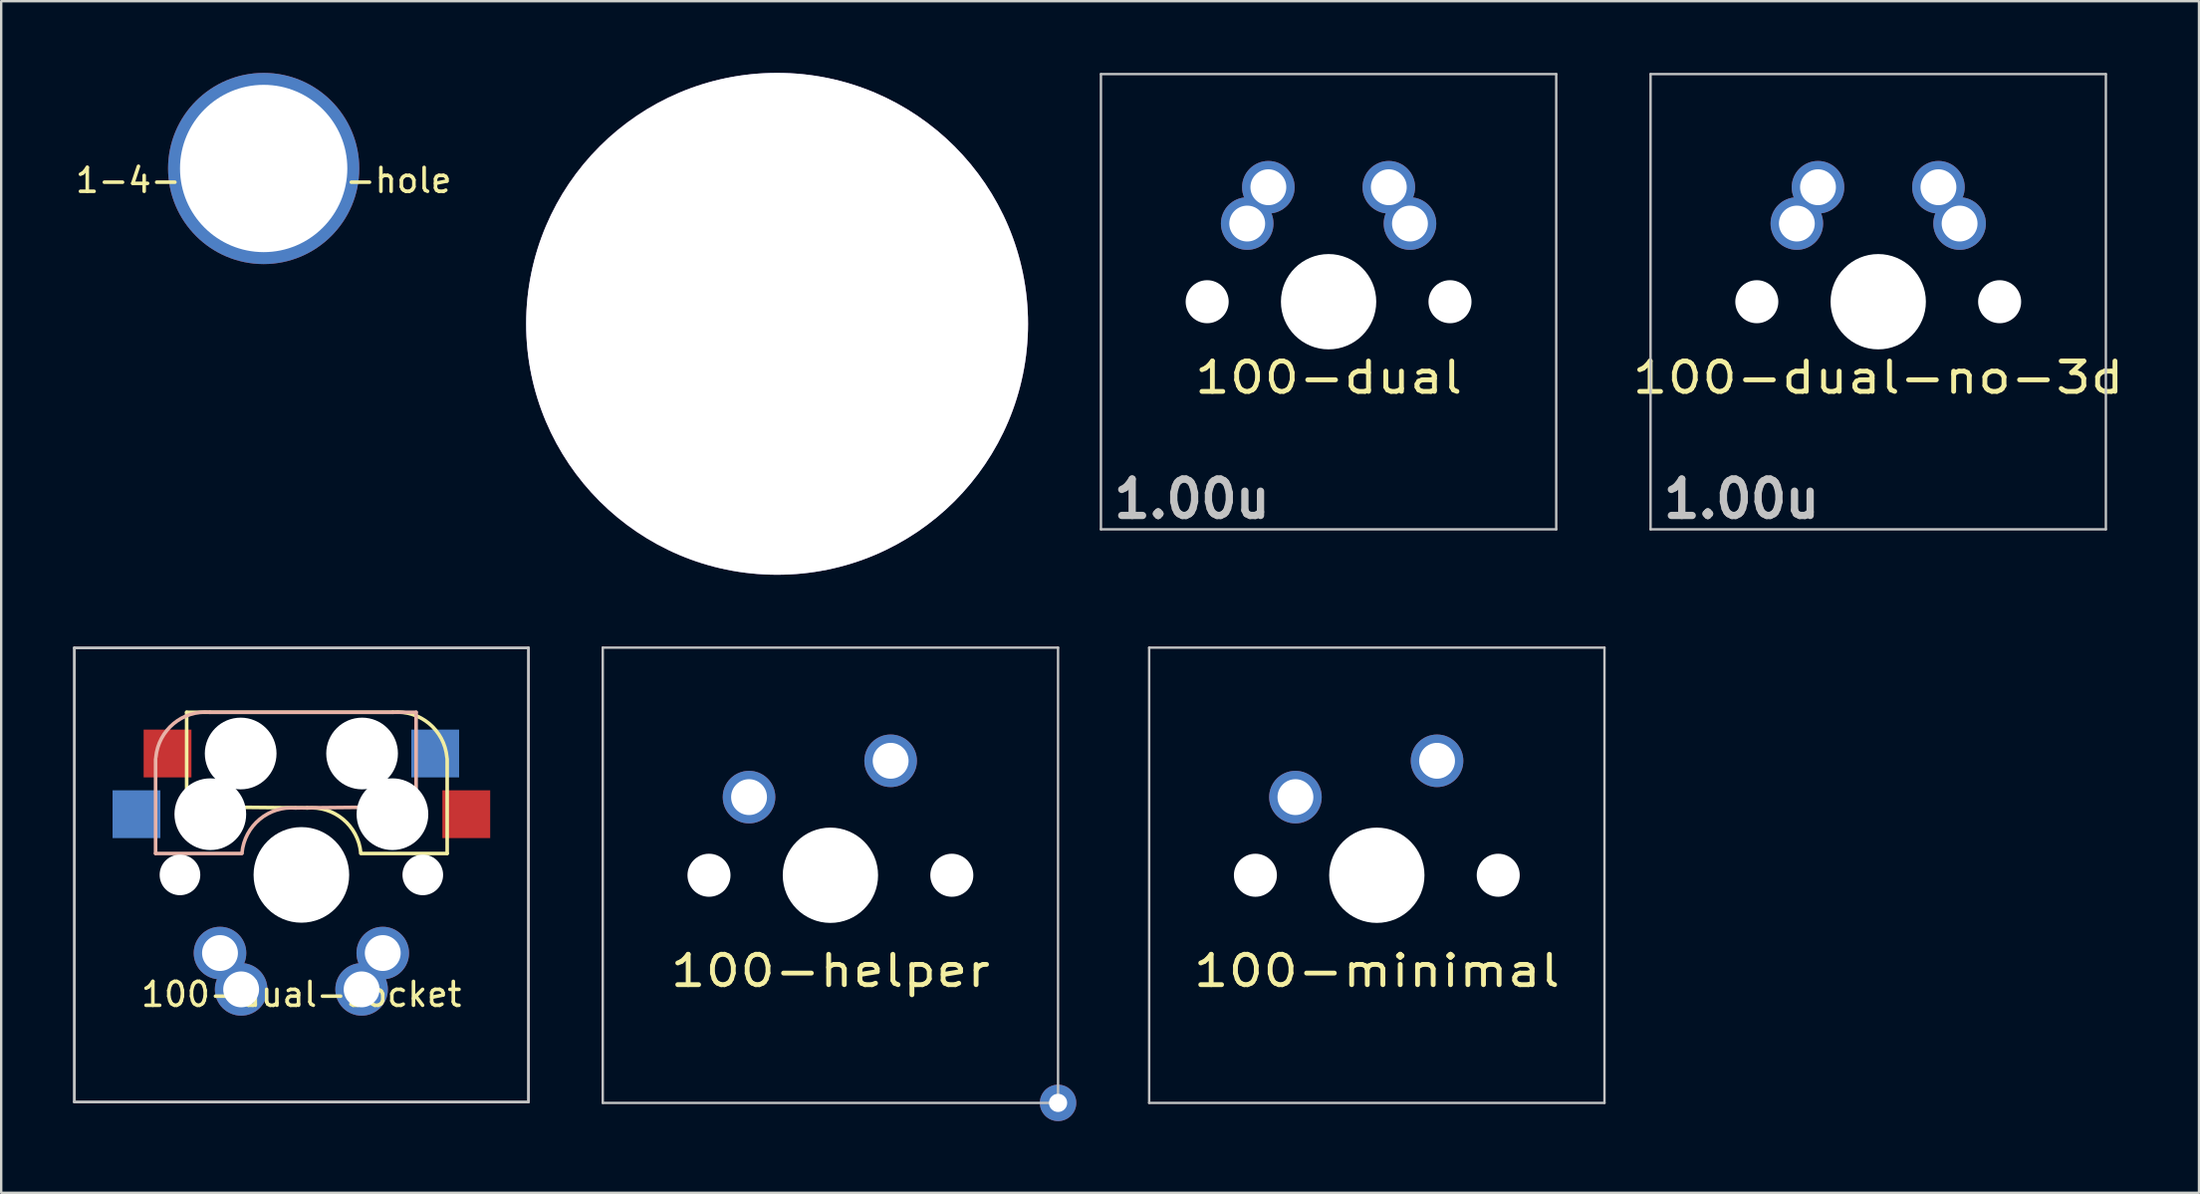
<source format=kicad_pcb>
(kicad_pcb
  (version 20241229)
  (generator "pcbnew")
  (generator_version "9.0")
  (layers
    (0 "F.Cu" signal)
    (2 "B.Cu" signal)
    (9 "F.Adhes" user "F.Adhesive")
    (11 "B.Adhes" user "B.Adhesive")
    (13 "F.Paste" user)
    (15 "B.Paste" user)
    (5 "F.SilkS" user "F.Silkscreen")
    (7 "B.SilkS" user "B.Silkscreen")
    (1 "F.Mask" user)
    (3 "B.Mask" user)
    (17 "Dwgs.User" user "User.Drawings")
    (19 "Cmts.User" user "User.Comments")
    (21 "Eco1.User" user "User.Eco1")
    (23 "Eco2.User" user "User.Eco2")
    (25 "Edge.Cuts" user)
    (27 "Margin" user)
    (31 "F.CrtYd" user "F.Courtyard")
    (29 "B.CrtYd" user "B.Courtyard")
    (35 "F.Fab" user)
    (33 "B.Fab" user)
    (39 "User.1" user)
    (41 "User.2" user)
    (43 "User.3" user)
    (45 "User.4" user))
  (footprint "1-4-mounting-hole"
    (layer "F.Cu")
    (at 7.982 4)
    (property "Reference" "1-4-mounting-hole" (at 0 0.5 0) (layer "F.SilkS") (effects (font (size 1 1) (thickness 0.15))))
    (attr through_hole)
    (pad "1" thru_hole circle (at 0 0) (size 8 8) (drill 7) (layers "*.Cu" "*.Mask")))
  (footprint "100-minimal"
    (layer "F.Cu")
    (at 54.557 33.575)
    (property "Reference" "100-minimal" (at 0 4 0) (layer "F.SilkS") (effects (font (size 1.27 1.524) (thickness 0.203))))
    (attr through_hole)
    (fp_line (start -9.525 -9.525) (end 9.525 -9.525) (stroke (width 0.1) (type solid)) (layer "Dwgs.User"))
    (fp_line (start -9.525 9.525) (end -9.525 -9.525) (stroke (width 0.1) (type solid)) (layer "Dwgs.User"))
    (fp_line (start 9.525 -9.525) (end 9.525 9.525) (stroke (width 0.1) (type solid)) (layer "Dwgs.User"))
    (fp_line (start 9.525 9.525) (end -9.525 9.525) (stroke (width 0.1) (type solid)) (layer "Dwgs.User"))
    (fp_line (start -7 -7) (end 7 -7) (stroke (width 0.12) (type solid)) (layer "Eco2.User"))
    (fp_line (start -7 7) (end -7 -7) (stroke (width 0.12) (type solid)) (layer "Eco2.User"))
    (fp_line (start 7 -7) (end 7 7) (stroke (width 0.12) (type solid)) (layer "Eco2.User"))
    (fp_line (start 7 7) (end -7 7) (stroke (width 0.12) (type solid)) (layer "Eco2.User"))
    (pad "" np_thru_hole circle (at -5.08 0) (size 1.8 1.8) (drill 1.8) (layers "*.Cu" "*.Mask"))
    (pad "" np_thru_hole circle (at 0 0) (size 3.988 3.988) (drill 3.988) (layers "*.Cu" "*.Mask"))
    (pad "" np_thru_hole circle (at 5.08 0) (size 1.8 1.8) (drill 1.8) (layers "*.Cu" "*.Mask"))
    (pad "1" thru_hole circle (at -3.405 -3.27 29) (size 2.2 2.2) (drill 1.5) (layers "*.Cu" "*.Mask"))
    (pad "2" thru_hole circle (at 2.52 -4.79) (size 2.2 2.2) (drill 1.5) (layers "*.Cu" "*.Mask")))
  (footprint "100-dual-socket"
    (layer "F.Cu")
    (at 9.56 33.56)
    (property "Reference" "100-dual-socket" (at 0 5 0) (layer "F.SilkS") (effects (font (size 1 1) (thickness 0.15))))
    (attr through_hole)
    (fp_line (start -4.8 -6.804) (end 3.825 -6.804) (stroke (width 0.15) (type solid)) (layer "F.SilkS"))
    (fp_line (start -4.8 -2.896) (end -4.8 -6.804) (stroke (width 0.15) (type solid)) (layer "F.SilkS"))
    (fp_line (start -4.8 -2.85) (end 0.25 -2.804) (stroke (width 0.15) (type solid)) (layer "F.SilkS"))
    (fp_line (start 6.1 -4.85) (end 6.1 -0.905) (stroke (width 0.15) (type solid)) (layer "F.SilkS"))
    (fp_line (start 6.1 -0.896) (end 2.49 -0.896) (stroke (width 0.15) (type solid)) (layer "F.SilkS"))
    (fp_arc (start 0.225 -2.8) (mid 1.744361 -2.328061) (end 2.485 -0.92) (stroke (width 0.15) (type solid)) (layer "F.SilkS"))
    (fp_arc (start 3.825 -6.804) (mid 5.347189 -6.33089) (end 6.089 -4.92) (stroke (width 0.15) (type solid)) (layer "F.SilkS"))
    (fp_line (start -6.1 -4.85) (end -6.1 -0.905) (stroke (width 0.15) (type solid)) (layer "B.SilkS"))
    (fp_line (start -6.1 -0.896) (end -2.49 -0.896) (stroke (width 0.15) (type solid)) (layer "B.SilkS"))
    (fp_line (start 4.8 -6.804) (end -3.825 -6.804) (stroke (width 0.15) (type solid)) (layer "B.SilkS"))
    (fp_line (start 4.8 -2.896) (end 4.8 -6.804) (stroke (width 0.15) (type solid)) (layer "B.SilkS"))
    (fp_line (start 4.8 -2.85) (end -0.25 -2.804) (stroke (width 0.15) (type solid)) (layer "B.SilkS"))
    (fp_arc (start -6.089 -4.92) (mid -5.347189 -6.33089) (end -3.825 -6.804) (stroke (width 0.15) (type solid)) (layer "B.SilkS"))
    (fp_arc (start -2.485 -0.92) (mid -1.744361 -2.328061) (end -0.225 -2.8) (stroke (width 0.15) (type solid)) (layer "B.SilkS"))
    (fp_line (start -9.5 -9.5) (end 9.5 -9.5) (stroke (width 0.12) (type solid)) (layer "Dwgs.User"))
    (fp_line (start -9.5 9.5) (end -9.5 -9.5) (stroke (width 0.12) (type solid)) (layer "Dwgs.User"))
    (fp_line (start 9.5 -9.5) (end 9.5 9.5) (stroke (width 0.12) (type solid)) (layer "Dwgs.User"))
    (fp_line (start 9.5 9.5) (end -9.5 9.5) (stroke (width 0.12) (type solid)) (layer "Dwgs.User"))
    (pad "" np_thru_hole circle (at -5.08 0) (size 1.7 1.7) (drill 1.7) (layers "*.Cu" "*.Mask"))
    (pad "" np_thru_hole circle (at -3.81 -2.54 180) (size 3 3) (drill 3) (layers "*.Cu" "*.Mask"))
    (pad "" np_thru_hole circle (at -2.54 -5.08 180) (size 3 3) (drill 3) (layers "*.Cu" "*.Mask"))
    (pad "" np_thru_hole circle (at 0 0 90) (size 4 4) (drill 4) (layers "*.Cu" "*.Mask"))
    (pad "" np_thru_hole circle (at 2.54 -5.08 180) (size 3 3) (drill 3) (layers "*.Cu" "*.Mask"))
    (pad "" np_thru_hole circle (at 3.81 -2.54 180) (size 3 3) (drill 3) (layers "*.Cu" "*.Mask"))
    (pad "" np_thru_hole circle (at 5.08 0) (size 1.7 1.7) (drill 1.7) (layers "*.Cu" "*.Mask"))
    (pad "1" smd rect (at -6.9 -2.54 180) (size 2 2) (layers "B.Cu" "B.Mask" "B.Paste"))
    (pad "1" smd rect (at -5.6 -5.08 180) (size 2 2) (layers "F.Cu" "F.Mask" "F.Paste"))
    (pad "1" thru_hole circle (at -3.405 3.27 29) (size 2.2 2.2) (drill 1.5) (layers "*.Cu" "*.Mask"))
    (pad "1" thru_hole circle (at -2.52 4.79) (size 2.2 2.2) (drill 1.5) (layers "*.Cu" "*.Mask"))
    (pad "2" thru_hole circle (at 2.52 4.79) (size 2.2 2.2) (drill 1.5) (layers "*.Cu" "*.Mask"))
    (pad "2" thru_hole circle (at 3.405 3.27 29) (size 2.2 2.2) (drill 1.5) (layers "*.Cu" "*.Mask"))
    (pad "2" smd rect (at 5.6 -5.08 180) (size 2 2) (layers "B.Cu" "B.Mask" "B.Paste"))
    (pad "2" smd rect (at 6.9 -2.54 180) (size 2 2) (layers "F.Cu" "F.Mask" "F.Paste")))
  (footprint "100-helper"
    (layer "F.Cu")
    (at 31.695 33.575)
    (property "Reference" "100-helper" (at 0 4 0) (layer "F.SilkS") (effects (font (size 1.27 1.524) (thickness 0.203))))
    (attr through_hole)
    (fp_line (start -9.525 -9.525) (end 9.525 -9.525) (stroke (width 0.1) (type solid)) (layer "Dwgs.User"))
    (fp_line (start -9.525 9.525) (end -9.525 -9.525) (stroke (width 0.1) (type solid)) (layer "Dwgs.User"))
    (fp_line (start 9.525 -9.525) (end 9.525 9.525) (stroke (width 0.1) (type solid)) (layer "Dwgs.User"))
    (fp_line (start 9.525 9.525) (end -9.525 9.525) (stroke (width 0.1) (type solid)) (layer "Dwgs.User"))
    (fp_line (start -7 -7) (end 7 -7) (stroke (width 0.12) (type solid)) (layer "Eco2.User"))
    (fp_line (start -7 7) (end -7 -7) (stroke (width 0.12) (type solid)) (layer "Eco2.User"))
    (fp_line (start 7 -7) (end 7 7) (stroke (width 0.12) (type solid)) (layer "Eco2.User"))
    (fp_line (start 7 7) (end -7 7) (stroke (width 0.12) (type solid)) (layer "Eco2.User"))
    (pad "" np_thru_hole circle (at -5.08 0) (size 1.8 1.8) (drill 1.8) (layers "*.Cu" "*.Mask"))
    (pad "" np_thru_hole circle (at 0 0) (size 3.988 3.988) (drill 3.988) (layers "*.Cu" "*.Mask"))
    (pad "" np_thru_hole circle (at 5.08 0) (size 1.8 1.8) (drill 1.8) (layers "*.Cu" "*.Mask"))
    (pad "" thru_hole circle (at 9.525 9.525) (size 1.524 1.524) (drill 0.762) (layers "*.Cu" "*.Mask"))
    (pad "1" thru_hole circle (at -3.405 -3.27 29) (size 2.2 2.2) (drill 1.5) (layers "*.Cu" "*.Mask"))
    (pad "2" thru_hole circle (at 2.52 -4.79) (size 2.2 2.2) (drill 1.5) (layers "*.Cu" "*.Mask")))
  (footprint "3-4-mounting-hole"
    (layer "F.Cu")
    (at 29.464 10.5)
    (property "Reference" "3-4-mounting-hole" (at 0 0.5 0) (layer "F.SilkS") (effects (font (size 1 1) (thickness 0.15))))
    (attr through_hole)
    (pad "1" thru_hole circle (at 0 0) (size 21 21) (drill 21) (layers "*.Cu" "*.Mask")))
  (footprint "100-dual-no-3d"
    (layer "F.Cu")
    (at 75.536 9.575)
    (property "Reference" "100-dual-no-3d" (at 0 3.175 0) (layer "F.SilkS") (effects (font (size 1.27 1.524) (thickness 0.203))))
    (attr through_hole)
    (fp_line (start -9.525 -9.525) (end 9.525 -9.525) (stroke (width 0.1) (type solid)) (layer "Dwgs.User"))
    (fp_line (start -9.525 9.525) (end -9.525 -9.525) (stroke (width 0.1) (type solid)) (layer "Dwgs.User"))
    (fp_line (start 9.525 -9.525) (end 9.525 9.525) (stroke (width 0.1) (type solid)) (layer "Dwgs.User"))
    (fp_line (start 9.525 9.525) (end -9.525 9.525) (stroke (width 0.1) (type solid)) (layer "Dwgs.User"))
    (fp_line (start -7 -7) (end 7 -7) (stroke (width 0.1) (type solid)) (layer "Eco2.User"))
    (fp_line (start -7 7) (end -7 -7) (stroke (width 0.1) (type solid)) (layer "Eco2.User"))
    (fp_line (start 7 -7) (end 7 7) (stroke (width 0.1) (type solid)) (layer "Eco2.User"))
    (fp_line (start 7 7) (end -7 7) (stroke (width 0.1) (type solid)) (layer "Eco2.User"))
    (fp_text user "1.00u" (at -5.715 8.255 0) (layer "Dwgs.User") (effects (font (size 1.524 1.524) (thickness 0.305))))
    (pad "" np_thru_hole circle (at -5.08 0) (size 1.8 1.8) (drill 1.8) (layers "*.Cu" "*.Mask"))
    (pad "" np_thru_hole circle (at 0 0) (size 3.988 3.988) (drill 3.988) (layers "*.Cu" "*.Mask"))
    (pad "" np_thru_hole circle (at 5.08 0) (size 1.8 1.8) (drill 1.8) (layers "*.Cu" "*.Mask"))
    (pad "1" thru_hole circle (at -3.405 -3.27 29) (size 2.2 2.2) (drill 1.5) (layers "*.Cu" "*.Mask"))
    (pad "1" thru_hole circle (at -2.52 -4.79) (size 2.2 2.2) (drill 1.5) (layers "*.Cu" "*.Mask"))
    (pad "2" thru_hole circle (at 2.52 -4.79) (size 2.2 2.2) (drill 1.5) (layers "*.Cu" "*.Mask"))
    (pad "2" thru_hole circle (at 3.405 -3.27 29) (size 2.2 2.2) (drill 1.5) (layers "*.Cu" "*.Mask")))
  (footprint "100-dual"
    (layer "F.Cu")
    (at 52.539 9.575)
    (property "Reference" "100-dual" (at 0 3.175 0) (layer "F.SilkS") (effects (font (size 1.27 1.524) (thickness 0.203))))
    (attr through_hole)
    (fp_line (start -9.525 -9.525) (end 9.525 -9.525) (stroke (width 0.1) (type solid)) (layer "Dwgs.User"))
    (fp_line (start -9.525 9.525) (end -9.525 -9.525) (stroke (width 0.1) (type solid)) (layer "Dwgs.User"))
    (fp_line (start 9.525 -9.525) (end 9.525 9.525) (stroke (width 0.1) (type solid)) (layer "Dwgs.User"))
    (fp_line (start 9.525 9.525) (end -9.525 9.525) (stroke (width 0.1) (type solid)) (layer "Dwgs.User"))
    (fp_line (start -7 -7) (end 7 -7) (stroke (width 0.1) (type solid)) (layer "Eco2.User"))
    (fp_line (start -7 7) (end -7 -7) (stroke (width 0.1) (type solid)) (layer "Eco2.User"))
    (fp_line (start 7 -7) (end 7 7) (stroke (width 0.1) (type solid)) (layer "Eco2.User"))
    (fp_line (start 7 7) (end -7 7) (stroke (width 0.1) (type solid)) (layer "Eco2.User"))
    (fp_text user "1.00u" (at -5.715 8.255 0) (layer "Dwgs.User") (effects (font (size 1.524 1.524) (thickness 0.305))))
    (pad "" np_thru_hole circle (at -5.08 0) (size 1.8 1.8) (drill 1.8) (layers "*.Cu" "*.Mask"))
    (pad "" np_thru_hole circle (at 0 0) (size 3.988 3.988) (drill 3.988) (layers "*.Cu" "*.Mask"))
    (pad "" np_thru_hole circle (at 5.08 0) (size 1.8 1.8) (drill 1.8) (layers "*.Cu" "*.Mask"))
    (pad "1" thru_hole circle (at -3.405 -3.27 29) (size 2.2 2.2) (drill 1.5) (layers "*.Cu" "*.Mask"))
    (pad "1" thru_hole circle (at -2.52 -4.79) (size 2.2 2.2) (drill 1.5) (layers "*.Cu" "*.Mask"))
    (pad "2" thru_hole circle (at 2.52 -4.79) (size 2.2 2.2) (drill 1.5) (layers "*.Cu" "*.Mask"))
    (pad "2" thru_hole circle (at 3.405 -3.27 29) (size 2.2 2.2) (drill 1.5) (layers "*.Cu" "*.Mask")))
  (gr_rect
    (start -3 -3)
    (end 88.957 46.862)
    (stroke (width 0.1) (type default))
    (fill no)
    (layer "Edge.Cuts")))
</source>
